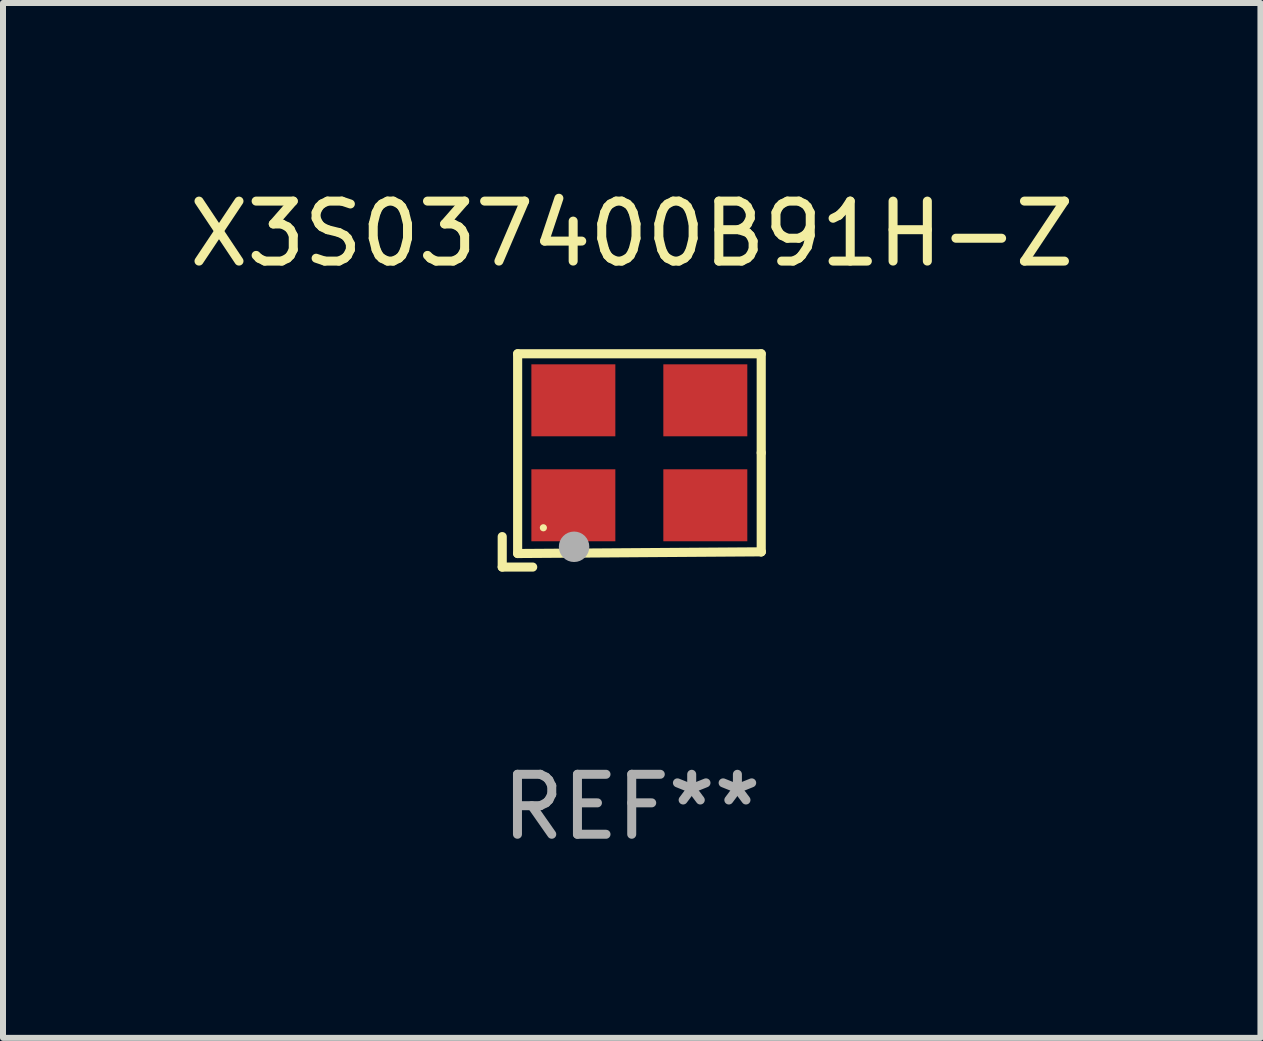
<source format=kicad_pcb>
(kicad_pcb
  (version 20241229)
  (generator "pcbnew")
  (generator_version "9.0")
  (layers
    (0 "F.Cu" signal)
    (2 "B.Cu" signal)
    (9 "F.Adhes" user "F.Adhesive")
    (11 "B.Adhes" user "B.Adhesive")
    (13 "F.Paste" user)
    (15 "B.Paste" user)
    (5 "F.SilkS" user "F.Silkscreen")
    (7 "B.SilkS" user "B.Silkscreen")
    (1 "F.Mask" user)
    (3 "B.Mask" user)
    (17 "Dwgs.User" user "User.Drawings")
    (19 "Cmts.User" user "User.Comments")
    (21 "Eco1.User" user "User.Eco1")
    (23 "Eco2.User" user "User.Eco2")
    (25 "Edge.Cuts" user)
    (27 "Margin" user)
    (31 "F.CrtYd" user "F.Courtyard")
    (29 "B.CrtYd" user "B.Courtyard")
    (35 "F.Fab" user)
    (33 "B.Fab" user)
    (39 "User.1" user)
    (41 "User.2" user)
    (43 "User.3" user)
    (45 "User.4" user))
  (footprint "X3S037400B91H-Z"
    (layer "F.Cu")
    (at 7.482 4.626)
    (property "Reference" "X3S037400B91H-Z" (at 0 -3.778 0) (layer "F.SilkS") (effects (font (size 1 1) (thickness 0.15))))
    (attr through_hole)
    (fp_line (start -2.159 1.27) (end -2.159 1.778) (stroke (width 0.152) (type solid)) (layer "F.SilkS"))
    (fp_line (start -2.159 1.778) (end -1.651 1.778) (stroke (width 0.152) (type solid)) (layer "F.SilkS"))
    (fp_line (start -1.902 -1.778) (end 2.159 -1.778) (stroke (width 0.152) (type solid)) (layer "F.SilkS"))
    (fp_line (start -1.902 1.552) (end -1.902 -1.778) (stroke (width 0.152) (type solid)) (layer "F.SilkS"))
    (fp_line (start 2.159 -1.778) (end 2.159 -0.127) (stroke (width 0.152) (type solid)) (layer "F.SilkS"))
    (fp_line (start 2.159 -0.127) (end 2.159 1.524) (stroke (width 0.152) (type solid)) (layer "F.SilkS"))
    (fp_line (start 2.159 1.524) (end -1.902 1.552) (stroke (width 0.152) (type solid)) (layer "F.SilkS"))
    (fp_line (start 2.159 1.524) (end 2.159 1.524) (stroke (width 0.152) (type solid)) (layer "F.SilkS"))
    (fp_circle (center -1.473 1.123) (end -1.443 1.123) (stroke (width 0.06) (type solid)) (fill no) (layer "F.SilkS"))
    (fp_circle (center -0.961 1.44) (end -0.834 1.44) (stroke (width 0.254) (type solid)) (fill no) (layer "F.Fab"))
    (fp_text user "REF**" (at 0 5.778 0) (layer "F.Fab") (effects (font (size 1 1) (thickness 0.15))))
    (pad "1" smd rect (at -0.973 0.748) (size 1.4 1.2) (layers "F.Cu" "F.Mask" "F.Paste"))
    (pad "2" smd rect (at 1.227 0.748) (size 1.4 1.2) (layers "F.Cu" "F.Mask" "F.Paste"))
    (pad "3" smd rect (at 1.227 -1.002) (size 1.4 1.2) (layers "F.Cu" "F.Mask" "F.Paste"))
    (pad "4" smd rect (at -0.973 -1.002) (size 1.4 1.2) (layers "F.Cu" "F.Mask" "F.Paste")))
  (gr_rect
    (start -3 -3)
    (end 17.964 14.253)
    (stroke (width 0.1) (type default))
    (fill no)
    (layer "Edge.Cuts")))
</source>
